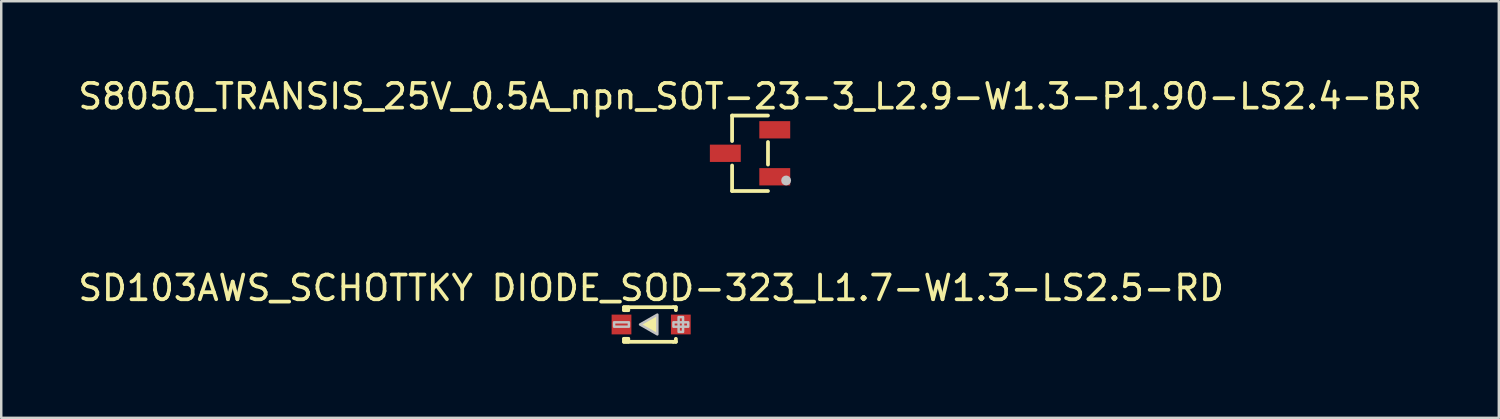
<source format=kicad_pcb>
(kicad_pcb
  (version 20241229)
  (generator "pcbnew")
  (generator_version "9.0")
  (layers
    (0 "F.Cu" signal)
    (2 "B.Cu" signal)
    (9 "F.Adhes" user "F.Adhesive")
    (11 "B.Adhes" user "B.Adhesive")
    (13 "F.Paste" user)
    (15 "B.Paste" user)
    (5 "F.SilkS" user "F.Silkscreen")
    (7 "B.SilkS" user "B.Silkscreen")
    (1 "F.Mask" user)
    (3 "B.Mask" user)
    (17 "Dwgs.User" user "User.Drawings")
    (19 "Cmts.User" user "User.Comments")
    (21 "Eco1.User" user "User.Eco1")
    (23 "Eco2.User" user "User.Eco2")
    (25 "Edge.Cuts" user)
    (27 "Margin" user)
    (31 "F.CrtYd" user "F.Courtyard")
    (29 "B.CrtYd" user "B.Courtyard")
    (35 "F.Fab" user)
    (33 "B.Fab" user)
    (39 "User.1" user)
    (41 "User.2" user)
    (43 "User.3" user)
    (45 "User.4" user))
  (footprint "S8050_TRANSIS_25V_0.5A_npn_SOT-23-3_L2.9-W1.3-P1.90-LS2.4-BR"
    (layer "F.Cu")
    (at 27.292 3.151)
    (property "Reference" "S8050_TRANSIS_25V_0.5A_npn_SOT-23-3_L2.9-W1.3-P1.90-LS2.4-BR" (at 0 -2.302 0) (layer "F.SilkS") (effects (font (size 1 1) (thickness 0.15))))
    (fp_line (start -0.726 -1.526) (end -0.726 -0.494) (stroke (width 0.152) (type default)) (layer "F.SilkS"))
    (fp_line (start -0.726 1.526) (end -0.726 0.494) (stroke (width 0.152) (type default)) (layer "F.SilkS"))
    (fp_line (start 0.726 -1.526) (end -0.726 -1.526) (stroke (width 0.152) (type default)) (layer "F.SilkS"))
    (fp_line (start 0.726 -0.456) (end 0.726 0.456) (stroke (width 0.152) (type default)) (layer "F.SilkS"))
    (fp_line (start 0.726 1.526) (end -0.726 1.526) (stroke (width 0.152) (type default)) (layer "F.SilkS"))
    (fp_circle (center 1.46 1.1) (end 1.56 1.1) (stroke (width 0.2) (type default)) (fill no) (layer "Dwgs.User"))
    (fp_poly (pts (xy -1.2 0.215) (xy -1.2 -0.215) (xy -0.9 -0.215) (xy -0.9 0.215)) (stroke (width 0.1) (type default)) (fill no) (layer "User.1"))
    (fp_poly (pts (xy -0.91 0.215) (xy -0.91 -0.215) (xy -0.64 -0.215) (xy -0.64 0.215)) (stroke (width 0.1) (type default)) (fill no) (layer "User.1"))
    (fp_poly (pts (xy 0.64 -0.735) (xy 0.64 -1.165) (xy 0.91 -1.165) (xy 0.91 -0.735)) (stroke (width 0.1) (type default)) (fill no) (layer "User.1"))
    (fp_poly (pts (xy 0.64 1.165) (xy 0.64 0.735) (xy 0.91 0.735) (xy 0.91 1.165)) (stroke (width 0.1) (type default)) (fill no) (layer "User.1"))
    (fp_poly (pts (xy 0.9 -0.735) (xy 0.9 -1.165) (xy 1.2 -1.165) (xy 1.2 -0.735)) (stroke (width 0.1) (type default)) (fill no) (layer "User.1"))
    (fp_poly (pts (xy 0.9 1.165) (xy 0.9 0.735) (xy 1.2 0.735) (xy 1.2 1.165)) (stroke (width 0.1) (type default)) (fill no) (layer "User.1"))
    (fp_line (start -0.65 -1.45) (end 0.65 -1.45) (stroke (width 0.051) (type default)) (layer "User.2"))
    (fp_line (start -0.65 1.45) (end -0.65 -1.45) (stroke (width 0.051) (type default)) (layer "User.2"))
    (fp_line (start 0.65 -1.45) (end 0.65 1.45) (stroke (width 0.051) (type default)) (layer "User.2"))
    (fp_line (start 0.65 1.45) (end -0.65 1.45) (stroke (width 0.051) (type default)) (layer "User.2"))
    (fp_poly (pts (xy 1.255 1.427) (xy 1.223 1.395) (xy 1.177 1.395) (xy 1.145 1.427) (xy 1.145 1.473) (xy 1.177 1.505) (xy 1.223 1.505) (xy 1.255 1.473)) (stroke (width 0.1) (type default)) (fill no) (layer "User.3"))
    (pad "1" smd rect (at 1 0.95) (size 1.25 0.7) (layers "F.Cu" "F.Mask" "F.Paste"))
    (pad "2" smd rect (at 1 -0.95) (size 1.25 0.7) (layers "F.Cu" "F.Mask" "F.Paste"))
    (pad "3" smd rect (at -1 0) (size 1.25 0.7) (layers "F.Cu" "F.Mask" "F.Paste")))
  (footprint "SD103AWS_SCHOTTKY DIODE_SOD-323_L1.7-W1.3-LS2.5-RD"
    (layer "F.Cu")
    (at 23.292 10.077)
    (property "Reference" "SD103AWS_SCHOTTKY DIODE_SOD-323_L1.7-W1.3-LS2.5-RD" (at 0 -1.476 0) (layer "F.SilkS") (effects (font (size 1 1) (thickness 0.15))))
    (fp_line (start -1.1 -0.7) (end -1.1 -0.58) (stroke (width 0.152) (type default)) (layer "F.SilkS"))
    (fp_line (start -1.1 0.58) (end -1.1 0.7) (stroke (width 0.152) (type default)) (layer "F.SilkS"))
    (fp_line (start -1.1 0.58) (end -0.927 0.58) (stroke (width 0.152) (type default)) (layer "F.SilkS"))
    (fp_line (start -1.1 0.7) (end 0.9 0.7) (stroke (width 0.152) (type default)) (layer "F.SilkS"))
    (fp_line (start -1.014 -0.58) (end -1.014 -0.7) (stroke (width 0.152) (type default)) (layer "F.SilkS"))
    (fp_line (start -1.014 0.7) (end -1.014 0.58) (stroke (width 0.152) (type default)) (layer "F.SilkS"))
    (fp_line (start -0.927 -0.7) (end -0.927 -0.58) (stroke (width 0.152) (type default)) (layer "F.SilkS"))
    (fp_line (start -0.927 -0.58) (end -1.1 -0.58) (stroke (width 0.152) (type default)) (layer "F.SilkS"))
    (fp_line (start -0.927 0.58) (end -0.927 0.7) (stroke (width 0.152) (type default)) (layer "F.SilkS"))
    (fp_line (start 0.9 -0.7) (end -1.1 -0.7) (stroke (width 0.152) (type default)) (layer "F.SilkS"))
    (fp_line (start 0.9 0.7) (end 1 0.7) (stroke (width 0.152) (type default)) (layer "F.SilkS"))
    (fp_line (start 1 -0.7) (end 0.9 -0.7) (stroke (width 0.152) (type default)) (layer "F.SilkS"))
    (fp_line (start 1 -0.58) (end 1 -0.7) (stroke (width 0.152) (type default)) (layer "F.SilkS"))
    (fp_line (start 1 0.7) (end 1 0.58) (stroke (width 0.152) (type default)) (layer "F.SilkS"))
    (fp_poly (pts (xy -0.45 0) (xy 0.25 -0.4) (xy 0.25 0.4)) (stroke (width 0) (type default)) (fill yes) (layer "F.SilkS"))
    (fp_poly (pts (xy -0.45 0) (xy 0.25 -0.4) (xy 0.25 0.4)) (stroke (width 0.1) (type default)) (fill no) (layer "Dwgs.User"))
    (fp_poly (pts (xy -1.5 -0.09) (xy -0.9 -0.09) (xy -0.9 0.09) (xy -1.5 0.09)) (stroke (width 0.1) (type default)) (fill no) (layer "Dwgs.User"))
    (fp_poly (pts (xy 0.9 -0.09) (xy 1.5 -0.09) (xy 1.5 0.09) (xy 0.9 0.09)) (stroke (width 0.1) (type default)) (fill no) (layer "Dwgs.User"))
    (fp_poly (pts (xy 1.11 0.3) (xy 1.11 -0.3) (xy 1.29 -0.3) (xy 1.29 0.3)) (stroke (width 0.1) (type default)) (fill no) (layer "Dwgs.User"))
    (fp_poly (pts (xy -1.25 0.163) (xy -1.25 -0.163) (xy -0.95 -0.163) (xy -0.95 0.163)) (stroke (width 0.1) (type default)) (fill no) (layer "User.1"))
    (fp_poly (pts (xy -0.96 0.163) (xy -0.96 -0.163) (xy -0.84 -0.163) (xy -0.84 0.163)) (stroke (width 0.1) (type default)) (fill no) (layer "User.1"))
    (fp_poly (pts (xy 0.84 0.163) (xy 0.84 -0.163) (xy 0.96 -0.163) (xy 0.96 0.163)) (stroke (width 0.1) (type default)) (fill no) (layer "User.1"))
    (fp_poly (pts (xy 0.95 0.163) (xy 0.95 -0.163) (xy 1.25 -0.163) (xy 1.25 0.163)) (stroke (width 0.1) (type default)) (fill no) (layer "User.1"))
    (fp_line (start -0.85 -0.625) (end 0.85 -0.625) (stroke (width 0.051) (type default)) (layer "User.2"))
    (fp_line (start -0.85 0.625) (end -0.85 -0.625) (stroke (width 0.051) (type default)) (layer "User.2"))
    (fp_line (start 0.85 -0.625) (end 0.85 0.625) (stroke (width 0.051) (type default)) (layer "User.2"))
    (fp_line (start 0.85 0.625) (end -0.85 0.625) (stroke (width 0.051) (type default)) (layer "User.2"))
    (fp_poly (pts (xy -1.195 0.602) (xy -1.227 0.57) (xy -1.273 0.57) (xy -1.305 0.602) (xy -1.305 0.648) (xy -1.273 0.68) (xy -1.227 0.68) (xy -1.195 0.648)) (stroke (width 0.1) (type default)) (fill no) (layer "User.3"))
    (pad "1" smd rect (at -1.2 0) (size 0.8 0.8) (layers "F.Cu" "F.Mask" "F.Paste"))
    (pad "2" smd rect (at 1.2 0) (size 0.8 0.8) (layers "F.Cu" "F.Mask" "F.Paste")))
  (gr_rect
    (start -3 -3)
    (end 57.583 13.853)
    (stroke (width 0.1) (type default))
    (fill no)
    (layer "Edge.Cuts")))
</source>
